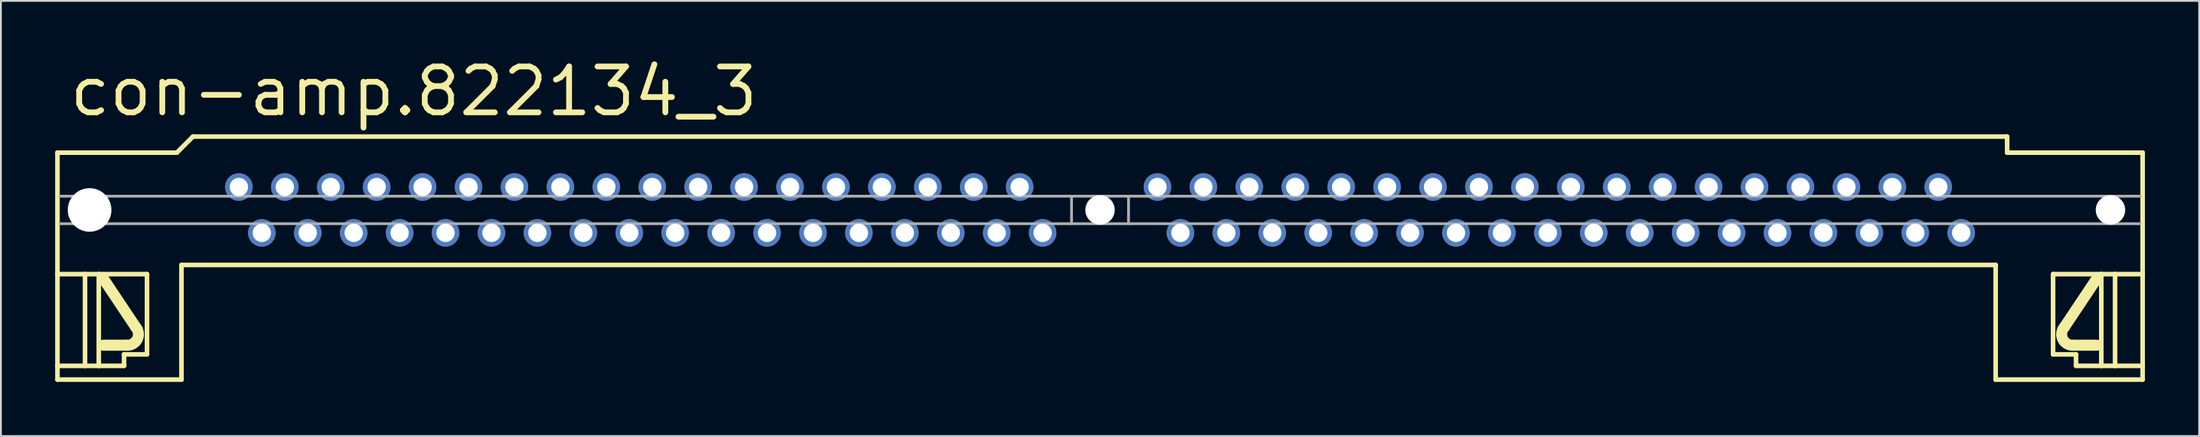
<source format=kicad_pcb>
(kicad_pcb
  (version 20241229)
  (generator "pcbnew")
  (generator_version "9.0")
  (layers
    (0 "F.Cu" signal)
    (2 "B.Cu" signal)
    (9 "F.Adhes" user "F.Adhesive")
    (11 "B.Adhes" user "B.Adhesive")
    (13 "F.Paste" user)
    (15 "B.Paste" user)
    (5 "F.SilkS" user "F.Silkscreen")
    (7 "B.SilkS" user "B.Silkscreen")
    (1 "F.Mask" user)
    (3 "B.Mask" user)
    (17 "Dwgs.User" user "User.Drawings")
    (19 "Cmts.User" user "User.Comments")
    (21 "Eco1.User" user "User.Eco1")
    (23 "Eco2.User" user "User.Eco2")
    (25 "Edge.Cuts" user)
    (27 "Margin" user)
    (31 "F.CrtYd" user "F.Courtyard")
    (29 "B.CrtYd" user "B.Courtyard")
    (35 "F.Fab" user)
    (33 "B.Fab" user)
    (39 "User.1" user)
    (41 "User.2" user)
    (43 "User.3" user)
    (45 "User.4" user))
  (footprint "con-amp.822134_3"
    (layer "F.Cu")
    (at 57.785 8.58)
    (property "Reference" "con-amp.822134_3" (at -57.15 -5.08 0) (layer "F.SilkS") (effects (font (size 2.54 2.54) (thickness 0.32)) (justify left bottom)))
    (attr through_hole)
    (fp_line (start -57.658 -3.175) (end -51.054 -3.175) (stroke (width 0.254) (type default)) (layer "F.SilkS"))
    (fp_line (start -57.658 3.556) (end -57.658 -3.175) (stroke (width 0.254) (type default)) (layer "F.SilkS"))
    (fp_line (start -57.658 3.556) (end -56.134 3.556) (stroke (width 0.254) (type default)) (layer "F.SilkS"))
    (fp_line (start -57.658 8.636) (end -57.658 3.556) (stroke (width 0.254) (type default)) (layer "F.SilkS"))
    (fp_line (start -57.658 8.636) (end -56.134 8.636) (stroke (width 0.254) (type default)) (layer "F.SilkS"))
    (fp_line (start -57.658 9.398) (end -57.658 8.636) (stroke (width 0.254) (type default)) (layer "F.SilkS"))
    (fp_line (start -57.658 9.398) (end -50.8 9.398) (stroke (width 0.254) (type default)) (layer "F.SilkS"))
    (fp_line (start -56.134 3.556) (end -55.372 3.556) (stroke (width 0.254) (type default)) (layer "F.SilkS"))
    (fp_line (start -56.134 8.636) (end -56.134 3.556) (stroke (width 0.254) (type default)) (layer "F.SilkS"))
    (fp_line (start -56.134 8.636) (end -55.372 8.636) (stroke (width 0.254) (type default)) (layer "F.SilkS"))
    (fp_line (start -55.372 3.556) (end -52.705 3.556) (stroke (width 0.254) (type default)) (layer "F.SilkS"))
    (fp_line (start -55.372 8.636) (end -55.372 3.556) (stroke (width 0.254) (type default)) (layer "F.SilkS"))
    (fp_line (start -55.372 8.636) (end -53.975 8.636) (stroke (width 0.254) (type default)) (layer "F.SilkS"))
    (fp_line (start -53.975 8.001) (end -53.975 8.636) (stroke (width 0.254) (type default)) (layer "F.SilkS"))
    (fp_line (start -53.848 7.493) (end -55.118 7.493) (stroke (width 0.61) (type default)) (layer "F.SilkS"))
    (fp_line (start -53.34 6.477) (end -55.118 3.81) (stroke (width 0.61) (type default)) (layer "F.SilkS"))
    (fp_line (start -52.705 3.556) (end -52.705 8.001) (stroke (width 0.254) (type default)) (layer "F.SilkS"))
    (fp_line (start -52.705 8.001) (end -53.975 8.001) (stroke (width 0.254) (type default)) (layer "F.SilkS"))
    (fp_line (start -51.054 -3.175) (end -50.165 -4.064) (stroke (width 0.254) (type default)) (layer "F.SilkS"))
    (fp_line (start -50.8 3.048) (end -50.8 9.398) (stroke (width 0.254) (type default)) (layer "F.SilkS"))
    (fp_line (start -50.8 3.048) (end 49.53 3.048) (stroke (width 0.254) (type default)) (layer "F.SilkS"))
    (fp_line (start 49.53 3.048) (end 49.53 9.398) (stroke (width 0.254) (type default)) (layer "F.SilkS"))
    (fp_line (start 50.165 -4.064) (end -50.165 -4.064) (stroke (width 0.254) (type default)) (layer "F.SilkS"))
    (fp_line (start 50.165 -3.175) (end 50.165 -4.064) (stroke (width 0.254) (type default)) (layer "F.SilkS"))
    (fp_line (start 52.705 3.556) (end 52.705 8.001) (stroke (width 0.254) (type default)) (layer "F.SilkS"))
    (fp_line (start 52.705 8.001) (end 53.975 8.001) (stroke (width 0.254) (type default)) (layer "F.SilkS"))
    (fp_line (start 53.34 6.477) (end 55.118 3.81) (stroke (width 0.61) (type default)) (layer "F.SilkS"))
    (fp_line (start 53.848 7.493) (end 55.118 7.493) (stroke (width 0.61) (type default)) (layer "F.SilkS"))
    (fp_line (start 53.975 8.001) (end 53.975 8.636) (stroke (width 0.254) (type default)) (layer "F.SilkS"))
    (fp_line (start 55.372 3.556) (end 52.705 3.556) (stroke (width 0.254) (type default)) (layer "F.SilkS"))
    (fp_line (start 55.372 8.636) (end 53.975 8.636) (stroke (width 0.254) (type default)) (layer "F.SilkS"))
    (fp_line (start 55.372 8.636) (end 55.372 3.556) (stroke (width 0.254) (type default)) (layer "F.SilkS"))
    (fp_line (start 56.134 3.556) (end 55.372 3.556) (stroke (width 0.254) (type default)) (layer "F.SilkS"))
    (fp_line (start 56.134 8.636) (end 55.372 8.636) (stroke (width 0.254) (type default)) (layer "F.SilkS"))
    (fp_line (start 56.134 8.636) (end 56.134 3.556) (stroke (width 0.254) (type default)) (layer "F.SilkS"))
    (fp_line (start 57.658 -3.175) (end 50.165 -3.175) (stroke (width 0.254) (type default)) (layer "F.SilkS"))
    (fp_line (start 57.658 3.556) (end 56.134 3.556) (stroke (width 0.254) (type default)) (layer "F.SilkS"))
    (fp_line (start 57.658 3.556) (end 57.658 -3.175) (stroke (width 0.254) (type default)) (layer "F.SilkS"))
    (fp_line (start 57.658 8.636) (end 56.134 8.636) (stroke (width 0.254) (type default)) (layer "F.SilkS"))
    (fp_line (start 57.658 8.636) (end 57.658 3.556) (stroke (width 0.254) (type default)) (layer "F.SilkS"))
    (fp_line (start 57.658 9.398) (end 49.53 9.398) (stroke (width 0.254) (type default)) (layer "F.SilkS"))
    (fp_line (start 57.658 9.398) (end 57.658 8.636) (stroke (width 0.254) (type default)) (layer "F.SilkS"))
    (fp_arc (start -53.3399 6.4769) (mid -53.241891 7.160997) (end -53.848 7.493) (stroke (width 0.6096) (type default)) (layer "F.SilkS"))
    (fp_arc (start 53.848 7.4929) (mid 53.242003 7.160966) (end 53.34 6.477) (stroke (width 0.6096) (type default)) (layer "F.SilkS"))
    (fp_line (start -57.531 -0.762) (end -1.575 -0.762) (stroke (width 0.152) (type default)) (layer "F.Fab"))
    (fp_line (start -57.531 0.762) (end -1.575 0.762) (stroke (width 0.152) (type default)) (layer "F.Fab"))
    (fp_line (start -1.575 -0.762) (end 1.575 -0.762) (stroke (width 0.152) (type default)) (layer "F.Fab"))
    (fp_line (start -1.575 0.762) (end -1.575 -0.762) (stroke (width 0.152) (type default)) (layer "F.Fab"))
    (fp_line (start -1.575 0.762) (end 1.575 0.762) (stroke (width 0.152) (type default)) (layer "F.Fab"))
    (fp_line (start 1.575 0.762) (end 1.575 -0.762) (stroke (width 0.152) (type default)) (layer "F.Fab"))
    (fp_line (start 57.531 -0.762) (end 1.575 -0.762) (stroke (width 0.152) (type default)) (layer "F.Fab"))
    (fp_line (start 57.531 0.762) (end 1.575 0.762) (stroke (width 0.152) (type default)) (layer "F.Fab"))
    (pad "" np_thru_hole circle (at -55.88 0) (size 2.413 2.413) (drill 2.413) (layers "*.Cu" "*.Mask"))
    (pad "" np_thru_hole circle (at 0 0) (size 1.626 1.626) (drill 1.626) (layers "*.Cu" "*.Mask"))
    (pad "" np_thru_hole circle (at 55.88 0) (size 1.626 1.626) (drill 1.626) (layers "*.Cu" "*.Mask"))
    (pad "1" thru_hole circle (at 47.625 1.27) (size 1.524 1.524) (drill 1.016) (layers "*.Cu" "*.Mask"))
    (pad "2" thru_hole circle (at 46.355 -1.27) (size 1.524 1.524) (drill 1.016) (layers "*.Cu" "*.Mask"))
    (pad "3" thru_hole circle (at 45.085 1.27) (size 1.524 1.524) (drill 1.016) (layers "*.Cu" "*.Mask"))
    (pad "4" thru_hole circle (at 43.815 -1.27) (size 1.524 1.524) (drill 1.016) (layers "*.Cu" "*.Mask"))
    (pad "5" thru_hole circle (at 42.545 1.27) (size 1.524 1.524) (drill 1.016) (layers "*.Cu" "*.Mask"))
    (pad "6" thru_hole circle (at 41.275 -1.27) (size 1.524 1.524) (drill 1.016) (layers "*.Cu" "*.Mask"))
    (pad "7" thru_hole circle (at 40.005 1.27) (size 1.524 1.524) (drill 1.016) (layers "*.Cu" "*.Mask"))
    (pad "8" thru_hole circle (at 38.735 -1.27) (size 1.524 1.524) (drill 1.016) (layers "*.Cu" "*.Mask"))
    (pad "9" thru_hole circle (at 37.465 1.27) (size 1.524 1.524) (drill 1.016) (layers "*.Cu" "*.Mask"))
    (pad "10" thru_hole circle (at 36.195 -1.27) (size 1.524 1.524) (drill 1.016) (layers "*.Cu" "*.Mask"))
    (pad "11" thru_hole circle (at 34.925 1.27) (size 1.524 1.524) (drill 1.016) (layers "*.Cu" "*.Mask"))
    (pad "12" thru_hole circle (at 33.655 -1.27) (size 1.524 1.524) (drill 1.016) (layers "*.Cu" "*.Mask"))
    (pad "13" thru_hole circle (at 32.385 1.27) (size 1.524 1.524) (drill 1.016) (layers "*.Cu" "*.Mask"))
    (pad "14" thru_hole circle (at 31.115 -1.27) (size 1.524 1.524) (drill 1.016) (layers "*.Cu" "*.Mask"))
    (pad "15" thru_hole circle (at 29.845 1.27) (size 1.524 1.524) (drill 1.016) (layers "*.Cu" "*.Mask"))
    (pad "16" thru_hole circle (at 28.575 -1.27) (size 1.524 1.524) (drill 1.016) (layers "*.Cu" "*.Mask"))
    (pad "17" thru_hole circle (at 27.305 1.27) (size 1.524 1.524) (drill 1.016) (layers "*.Cu" "*.Mask"))
    (pad "18" thru_hole circle (at 26.035 -1.27) (size 1.524 1.524) (drill 1.016) (layers "*.Cu" "*.Mask"))
    (pad "19" thru_hole circle (at 24.765 1.27) (size 1.524 1.524) (drill 1.016) (layers "*.Cu" "*.Mask"))
    (pad "20" thru_hole circle (at 23.495 -1.27) (size 1.524 1.524) (drill 1.016) (layers "*.Cu" "*.Mask"))
    (pad "21" thru_hole circle (at 22.225 1.27) (size 1.524 1.524) (drill 1.016) (layers "*.Cu" "*.Mask"))
    (pad "22" thru_hole circle (at 20.955 -1.27) (size 1.524 1.524) (drill 1.016) (layers "*.Cu" "*.Mask"))
    (pad "23" thru_hole circle (at 19.685 1.27) (size 1.524 1.524) (drill 1.016) (layers "*.Cu" "*.Mask"))
    (pad "24" thru_hole circle (at 18.415 -1.27) (size 1.524 1.524) (drill 1.016) (layers "*.Cu" "*.Mask"))
    (pad "25" thru_hole circle (at 17.145 1.27) (size 1.524 1.524) (drill 1.016) (layers "*.Cu" "*.Mask"))
    (pad "26" thru_hole circle (at 15.875 -1.27) (size 1.524 1.524) (drill 1.016) (layers "*.Cu" "*.Mask"))
    (pad "27" thru_hole circle (at 14.605 1.27) (size 1.524 1.524) (drill 1.016) (layers "*.Cu" "*.Mask"))
    (pad "28" thru_hole circle (at 13.335 -1.27) (size 1.524 1.524) (drill 1.016) (layers "*.Cu" "*.Mask"))
    (pad "29" thru_hole circle (at 12.065 1.27) (size 1.524 1.524) (drill 1.016) (layers "*.Cu" "*.Mask"))
    (pad "30" thru_hole circle (at 10.795 -1.27) (size 1.524 1.524) (drill 1.016) (layers "*.Cu" "*.Mask"))
    (pad "31" thru_hole circle (at 9.525 1.27) (size 1.524 1.524) (drill 1.016) (layers "*.Cu" "*.Mask"))
    (pad "32" thru_hole circle (at 8.255 -1.27) (size 1.524 1.524) (drill 1.016) (layers "*.Cu" "*.Mask"))
    (pad "33" thru_hole circle (at 6.985 1.27) (size 1.524 1.524) (drill 1.016) (layers "*.Cu" "*.Mask"))
    (pad "34" thru_hole circle (at 5.715 -1.27) (size 1.524 1.524) (drill 1.016) (layers "*.Cu" "*.Mask"))
    (pad "35" thru_hole circle (at 4.445 1.27) (size 1.524 1.524) (drill 1.016) (layers "*.Cu" "*.Mask"))
    (pad "36" thru_hole circle (at 3.175 -1.27) (size 1.524 1.524) (drill 1.016) (layers "*.Cu" "*.Mask"))
    (pad "37" thru_hole circle (at -3.175 1.27) (size 1.524 1.524) (drill 1.016) (layers "*.Cu" "*.Mask"))
    (pad "38" thru_hole circle (at -4.445 -1.27) (size 1.524 1.524) (drill 1.016) (layers "*.Cu" "*.Mask"))
    (pad "39" thru_hole circle (at -5.715 1.27) (size 1.524 1.524) (drill 1.016) (layers "*.Cu" "*.Mask"))
    (pad "40" thru_hole circle (at -6.985 -1.27) (size 1.524 1.524) (drill 1.016) (layers "*.Cu" "*.Mask"))
    (pad "41" thru_hole circle (at -8.255 1.27) (size 1.524 1.524) (drill 1.016) (layers "*.Cu" "*.Mask"))
    (pad "42" thru_hole circle (at -9.525 -1.27) (size 1.524 1.524) (drill 1.016) (layers "*.Cu" "*.Mask"))
    (pad "43" thru_hole circle (at -10.795 1.27) (size 1.524 1.524) (drill 1.016) (layers "*.Cu" "*.Mask"))
    (pad "44" thru_hole circle (at -12.065 -1.27) (size 1.524 1.524) (drill 1.016) (layers "*.Cu" "*.Mask"))
    (pad "45" thru_hole circle (at -13.335 1.27) (size 1.524 1.524) (drill 1.016) (layers "*.Cu" "*.Mask"))
    (pad "46" thru_hole circle (at -14.605 -1.27) (size 1.524 1.524) (drill 1.016) (layers "*.Cu" "*.Mask"))
    (pad "47" thru_hole circle (at -15.875 1.27) (size 1.524 1.524) (drill 1.016) (layers "*.Cu" "*.Mask"))
    (pad "48" thru_hole circle (at -17.145 -1.27) (size 1.524 1.524) (drill 1.016) (layers "*.Cu" "*.Mask"))
    (pad "49" thru_hole circle (at -18.415 1.27) (size 1.524 1.524) (drill 1.016) (layers "*.Cu" "*.Mask"))
    (pad "50" thru_hole circle (at -19.685 -1.27) (size 1.524 1.524) (drill 1.016) (layers "*.Cu" "*.Mask"))
    (pad "51" thru_hole circle (at -20.955 1.27) (size 1.524 1.524) (drill 1.016) (layers "*.Cu" "*.Mask"))
    (pad "52" thru_hole circle (at -22.225 -1.27) (size 1.524 1.524) (drill 1.016) (layers "*.Cu" "*.Mask"))
    (pad "53" thru_hole circle (at -23.495 1.27) (size 1.524 1.524) (drill 1.016) (layers "*.Cu" "*.Mask"))
    (pad "54" thru_hole circle (at -24.765 -1.27) (size 1.524 1.524) (drill 1.016) (layers "*.Cu" "*.Mask"))
    (pad "55" thru_hole circle (at -26.035 1.27) (size 1.524 1.524) (drill 1.016) (layers "*.Cu" "*.Mask"))
    (pad "56" thru_hole circle (at -27.305 -1.27) (size 1.524 1.524) (drill 1.016) (layers "*.Cu" "*.Mask"))
    (pad "57" thru_hole circle (at -28.575 1.27) (size 1.524 1.524) (drill 1.016) (layers "*.Cu" "*.Mask"))
    (pad "58" thru_hole circle (at -29.845 -1.27) (size 1.524 1.524) (drill 1.016) (layers "*.Cu" "*.Mask"))
    (pad "59" thru_hole circle (at -31.115 1.27) (size 1.524 1.524) (drill 1.016) (layers "*.Cu" "*.Mask"))
    (pad "60" thru_hole circle (at -32.385 -1.27) (size 1.524 1.524) (drill 1.016) (layers "*.Cu" "*.Mask"))
    (pad "61" thru_hole circle (at -33.655 1.27) (size 1.524 1.524) (drill 1.016) (layers "*.Cu" "*.Mask"))
    (pad "62" thru_hole circle (at -34.925 -1.27) (size 1.524 1.524) (drill 1.016) (layers "*.Cu" "*.Mask"))
    (pad "63" thru_hole circle (at -36.195 1.27) (size 1.524 1.524) (drill 1.016) (layers "*.Cu" "*.Mask"))
    (pad "64" thru_hole circle (at -37.465 -1.27) (size 1.524 1.524) (drill 1.016) (layers "*.Cu" "*.Mask"))
    (pad "65" thru_hole circle (at -38.735 1.27) (size 1.524 1.524) (drill 1.016) (layers "*.Cu" "*.Mask"))
    (pad "66" thru_hole circle (at -40.005 -1.27) (size 1.524 1.524) (drill 1.016) (layers "*.Cu" "*.Mask"))
    (pad "67" thru_hole circle (at -41.275 1.27) (size 1.524 1.524) (drill 1.016) (layers "*.Cu" "*.Mask"))
    (pad "68" thru_hole circle (at -42.545 -1.27) (size 1.524 1.524) (drill 1.016) (layers "*.Cu" "*.Mask"))
    (pad "69" thru_hole circle (at -43.815 1.27) (size 1.524 1.524) (drill 1.016) (layers "*.Cu" "*.Mask"))
    (pad "70" thru_hole circle (at -45.085 -1.27) (size 1.524 1.524) (drill 1.016) (layers "*.Cu" "*.Mask"))
    (pad "71" thru_hole circle (at -46.355 1.27) (size 1.524 1.524) (drill 1.016) (layers "*.Cu" "*.Mask"))
    (pad "72" thru_hole circle (at -47.625 -1.27) (size 1.524 1.524) (drill 1.016) (layers "*.Cu" "*.Mask")))
  (gr_rect
    (start -3 -3)
    (end 118.57 21.105)
    (stroke (width 0.1) (type default))
    (fill no)
    (layer "Edge.Cuts")))
</source>
